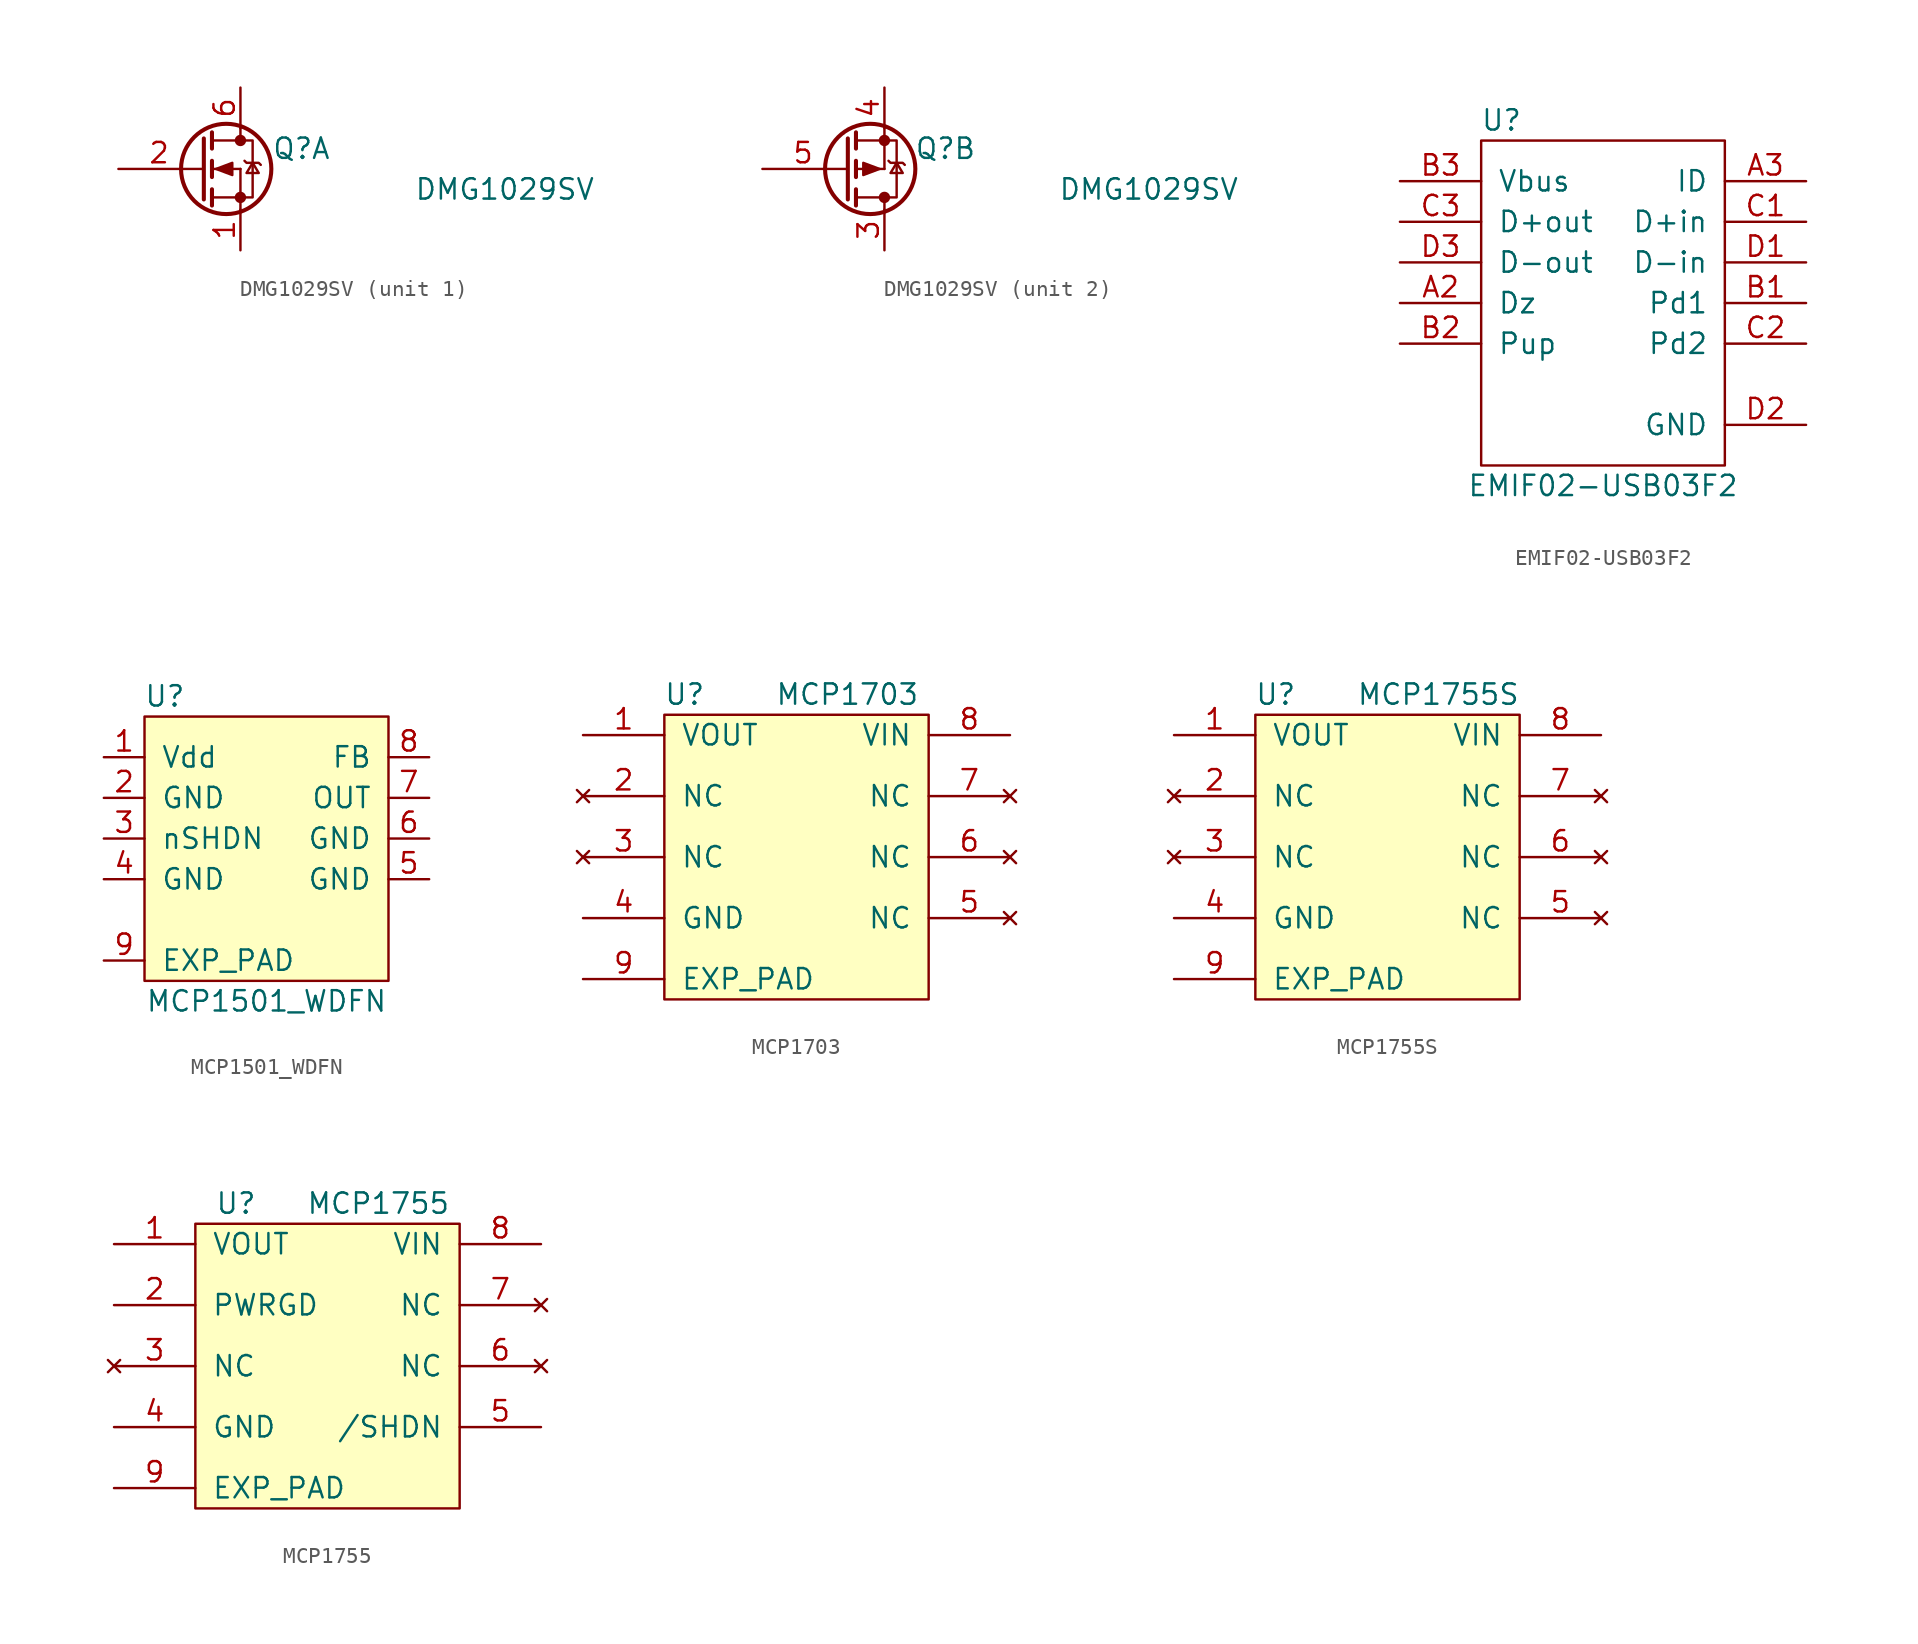
<source format=kicad_sym>
(kicad_symbol_lib
  (version 20211014)
  (generator kicad_symbol_editor)
  (symbol "DMG1029SV"
    (pin_names
      (offset 0) hide)
    (property "Reference" "Q"
      (at 6.35 1.27 0)
      (effects (font (size 1.27 1.27))))
    (property "Value" "DMG1029SV"
      (at 19.05 -1.27 0)
      (effects (font (size 1.27 1.27))))
    (symbol "DMG1029SV_1_1"
      (polyline (pts (xy 0.051 0) (xy 0.254 0)) (stroke (width 0) (type default) (color 0 0 0 0)) (fill (type none)))
      (polyline (pts (xy 0.762 -1.778) (xy 2.54 -1.778)) (stroke (width 0) (type default) (color 0 0 0 0)) (fill (type none)))
      (polyline (pts (xy 0.762 -1.27) (xy 0.762 -2.286)) (stroke (width 0.254) (type default) (color 0 0 0 0)) (fill (type none)))
      (polyline (pts (xy 0.762 0) (xy 2.54 0)) (stroke (width 0) (type default) (color 0 0 0 0)) (fill (type none)))
      (polyline (pts (xy 0.762 0.508) (xy 0.762 -0.508)) (stroke (width 0.254) (type default) (color 0 0 0 0)) (fill (type none)))
      (polyline (pts (xy 0.762 1.778) (xy 2.54 1.778)) (stroke (width 0) (type default) (color 0 0 0 0)) (fill (type none)))
      (polyline (pts (xy 0.762 2.286) (xy 0.762 1.27)) (stroke (width 0.254) (type default) (color 0 0 0 0)) (fill (type none)))
      (polyline (pts (xy 2.54 -1.778) (xy 2.54 -2.54)) (stroke (width 0) (type default) (color 0 0 0 0)) (fill (type none)))
      (polyline (pts (xy 2.54 -1.778) (xy 2.54 0)) (stroke (width 0) (type default) (color 0 0 0 0)) (fill (type none)))
      (polyline (pts (xy 2.54 2.54) (xy 2.54 1.778)) (stroke (width 0) (type default) (color 0 0 0 0)) (fill (type none)))
      (polyline (pts (xy 0.254 1.905) (xy 0.254 -1.905) (xy 0.254 -1.905)) (stroke (width 0.254) (type default) (color 0 0 0 0)) (fill (type none)))
      (polyline (pts (xy 1.016 0) (xy 2.032 0.381) (xy 2.032 -0.381) (xy 1.016 0)) (stroke (width 0) (type default) (color 0 0 0 0)) (fill (type outline)))
      (polyline (pts (xy 2.54 -1.778) (xy 3.302 -1.778) (xy 3.302 1.778) (xy 2.54 1.778)) (stroke (width 0) (type default) (color 0 0 0 0)) (fill (type none)))
      (polyline (pts (xy 2.794 0.508) (xy 2.921 0.381) (xy 3.683 0.381) (xy 3.81 0.254)) (stroke (width 0) (type default) (color 0 0 0 0)) (fill (type none)))
      (polyline (pts (xy 3.302 0.381) (xy 2.921 -0.254) (xy 3.683 -0.254) (xy 3.302 0.381)) (stroke (width 0) (type default) (color 0 0 0 0)) (fill (type none)))
      (circle (center 1.651 0) (radius 2.819) (stroke (width 0.254) (type default) (color 0 0 0 0)) (fill (type none)))
      (circle (center 2.54 -1.778) (radius 0.279) (stroke (width 0) (type default) (color 0 0 0 0)) (fill (type outline)))
      (circle (center 2.54 1.778) (radius 0.279) (stroke (width 0) (type default) (color 0 0 0 0)) (fill (type outline)))
      (pin passive line (at 2.54 -5.08 90) (length 2.54) (name "S" (effects (font (size 1.27 1.27)))) (number "1" (effects (font (size 1.27 1.27)))))
      (pin input line (at -5.08 0 0) (length 5.08) (name "G" (effects (font (size 1.27 1.27)))) (number "2" (effects (font (size 1.27 1.27)))))
      (pin passive line (at 2.54 5.08 270) (length 2.54) (name "D" (effects (font (size 1.27 1.27)))) (number "6" (effects (font (size 1.27 1.27))))))
    (symbol "DMG1029SV_2_1"
      (polyline (pts (xy 0.051 0) (xy 0.254 0)) (stroke (width 0) (type default) (color 0 0 0 0)) (fill (type none)))
      (polyline (pts (xy 0.762 -1.778) (xy 2.54 -1.778)) (stroke (width 0) (type default) (color 0 0 0 0)) (fill (type none)))
      (polyline (pts (xy 0.762 -1.27) (xy 0.762 -2.286)) (stroke (width 0.254) (type default) (color 0 0 0 0)) (fill (type none)))
      (polyline (pts (xy 0.762 0) (xy 2.54 0)) (stroke (width 0) (type default) (color 0 0 0 0)) (fill (type none)))
      (polyline (pts (xy 0.762 0.508) (xy 0.762 -0.508)) (stroke (width 0.254) (type default) (color 0 0 0 0)) (fill (type none)))
      (polyline (pts (xy 0.762 1.778) (xy 2.54 1.778)) (stroke (width 0) (type default) (color 0 0 0 0)) (fill (type none)))
      (polyline (pts (xy 0.762 2.286) (xy 0.762 1.27)) (stroke (width 0.254) (type default) (color 0 0 0 0)) (fill (type none)))
      (polyline (pts (xy 2.54 -1.778) (xy 2.54 -2.54)) (stroke (width 0) (type default) (color 0 0 0 0)) (fill (type none)))
      (polyline (pts (xy 2.54 0) (xy 2.54 1.778)) (stroke (width 0) (type default) (color 0 0 0 0)) (fill (type none)))
      (polyline (pts (xy 2.54 2.54) (xy 2.54 1.778)) (stroke (width 0) (type default) (color 0 0 0 0)) (fill (type none)))
      (polyline (pts (xy 0.254 1.905) (xy 0.254 -1.905) (xy 0.254 -1.905)) (stroke (width 0.254) (type default) (color 0 0 0 0)) (fill (type none)))
      (polyline (pts (xy 2.235 0) (xy 1.219 -0.381) (xy 1.219 0.381) (xy 2.235 0)) (stroke (width 0) (type default) (color 0 0 0 0)) (fill (type outline)))
      (polyline (pts (xy 2.54 -1.778) (xy 3.302 -1.778) (xy 3.302 1.778) (xy 2.54 1.778)) (stroke (width 0) (type default) (color 0 0 0 0)) (fill (type none)))
      (polyline (pts (xy 2.794 0.508) (xy 2.921 0.381) (xy 3.683 0.381) (xy 3.81 0.254)) (stroke (width 0) (type default) (color 0 0 0 0)) (fill (type none)))
      (polyline (pts (xy 3.302 0.381) (xy 2.921 -0.254) (xy 3.683 -0.254) (xy 3.302 0.381)) (stroke (width 0) (type default) (color 0 0 0 0)) (fill (type none)))
      (circle (center 1.651 0) (radius 2.819) (stroke (width 0.254) (type default) (color 0 0 0 0)) (fill (type none)))
      (circle (center 2.54 -1.778) (radius 0.279) (stroke (width 0) (type default) (color 0 0 0 0)) (fill (type outline)))
      (circle (center 2.54 1.778) (radius 0.279) (stroke (width 0) (type default) (color 0 0 0 0)) (fill (type outline)))
      (pin passive line (at 2.54 -5.08 90) (length 2.54) (name "S" (effects (font (size 1.27 1.27)))) (number "3" (effects (font (size 1.27 1.27)))))
      (pin passive line (at 2.54 5.08 270) (length 2.54) (name "D" (effects (font (size 1.27 1.27)))) (number "4" (effects (font (size 1.27 1.27)))))
      (pin input line (at -5.08 0 0) (length 5.08) (name "G" (effects (font (size 1.27 1.27)))) (number "5" (effects (font (size 1.27 1.27)))))))
  (symbol "EMIF02-USB03F2"
    (pin_names
      (offset 1.016))
    (property "Reference" "U"
      (at -6.35 10.16 0)
      (effects (font (size 1.27 1.27))))
    (property "Value" "EMIF02-USB03F2"
      (at 0 -12.7 0)
      (effects (font (size 1.27 1.27))))
    (symbol "EMIF02-USB03F2_0_1"
      (rectangle (start -7.62 8.89) (end 7.62 -11.43) (stroke (width 0) (type default) (color 0 0 0 0)) (fill (type none))))
    (symbol "EMIF02-USB03F2_1_1"
      (pin bidirectional line (at -12.7 -1.27 0) (length 5.08) (name "Dz" (effects (font (size 1.27 1.27)))) (number "A2" (effects (font (size 1.27 1.27)))))
      (pin bidirectional line (at 12.7 6.35 180) (length 5.08) (name "ID" (effects (font (size 1.27 1.27)))) (number "A3" (effects (font (size 1.27 1.27)))))
      (pin bidirectional line (at 12.7 -1.27 180) (length 5.08) (name "Pd1" (effects (font (size 1.27 1.27)))) (number "B1" (effects (font (size 1.27 1.27)))))
      (pin bidirectional line (at -12.7 -3.81 0) (length 5.08) (name "Pup" (effects (font (size 1.27 1.27)))) (number "B2" (effects (font (size 1.27 1.27)))))
      (pin bidirectional line (at -12.7 6.35 0) (length 5.08) (name "Vbus" (effects (font (size 1.27 1.27)))) (number "B3" (effects (font (size 1.27 1.27)))))
      (pin input line (at 12.7 3.81 180) (length 5.08) (name "D+in" (effects (font (size 1.27 1.27)))) (number "C1" (effects (font (size 1.27 1.27)))))
      (pin bidirectional line (at 12.7 -3.81 180) (length 5.08) (name "Pd2" (effects (font (size 1.27 1.27)))) (number "C2" (effects (font (size 1.27 1.27)))))
      (pin output line (at -12.7 3.81 0) (length 5.08) (name "D+out" (effects (font (size 1.27 1.27)))) (number "C3" (effects (font (size 1.27 1.27)))))
      (pin input line (at 12.7 1.27 180) (length 5.08) (name "D-in" (effects (font (size 1.27 1.27)))) (number "D1" (effects (font (size 1.27 1.27)))))
      (pin bidirectional line (at 12.7 -8.89 180) (length 5.08) (name "GND" (effects (font (size 1.27 1.27)))) (number "D2" (effects (font (size 1.27 1.27)))))
      (pin output line (at -12.7 1.27 0) (length 5.08) (name "D-out" (effects (font (size 1.27 1.27)))) (number "D3" (effects (font (size 1.27 1.27)))))))
  (symbol "MCP1501_WDFN"
    (pin_names
      (offset 1.016))
    (property "Reference" "U"
      (at -6.35 6.35 0)
      (effects (font (size 1.27 1.27))))
    (property "Value" "MCP1501_WDFN"
      (at 0 -12.7 0)
      (effects (font (size 1.27 1.27))))
    (symbol "MCP1501_WDFN_0_1"
      (rectangle (start -7.62 5.08) (end 7.62 -11.43) (stroke (width 0) (type default) (color 0 0 0 0)) (fill (type background))))
    (symbol "MCP1501_WDFN_1_1"
      (pin power_in line (at -10.16 2.54 0) (length 2.54) (name "Vdd" (effects (font (size 1.27 1.27)))) (number "1" (effects (font (size 1.27 1.27)))))
      (pin power_in line (at -10.16 0 0) (length 2.54) (name "GND" (effects (font (size 1.27 1.27)))) (number "2" (effects (font (size 1.27 1.27)))))
      (pin input line (at -10.16 -2.54 0) (length 2.54) (name "nSHDN" (effects (font (size 1.27 1.27)))) (number "3" (effects (font (size 1.27 1.27)))))
      (pin power_in line (at -10.16 -5.08 0) (length 2.54) (name "GND" (effects (font (size 1.27 1.27)))) (number "4" (effects (font (size 1.27 1.27)))))
      (pin power_in line (at 10.16 -5.08 180) (length 2.54) (name "GND" (effects (font (size 1.27 1.27)))) (number "5" (effects (font (size 1.27 1.27)))))
      (pin power_in line (at 10.16 -2.54 180) (length 2.54) (name "GND" (effects (font (size 1.27 1.27)))) (number "6" (effects (font (size 1.27 1.27)))))
      (pin power_out line (at 10.16 0 180) (length 2.54) (name "OUT" (effects (font (size 1.27 1.27)))) (number "7" (effects (font (size 1.27 1.27)))))
      (pin input line (at 10.16 2.54 180) (length 2.54) (name "FB" (effects (font (size 1.27 1.27)))) (number "8" (effects (font (size 1.27 1.27)))))
      (pin passive line (at -10.16 -10.16 0) (length 2.54) (name "EXP_PAD" (effects (font (size 1.27 1.27)))) (number "9" (effects (font (size 1.27 1.27)))))))
  (symbol "MCP1703"
    (pin_names
      (offset 1.016))
    (property "Reference" "U"
      (at -7.62 7.62 0)
      (effects (font (size 1.27 1.27))))
    (property "Value" "MCP1703"
      (at 2.54 7.62 0)
      (effects (font (size 1.27 1.27))))
    (symbol "MCP1703_0_1"
      (rectangle (start -8.89 6.35) (end 7.62 -11.43) (stroke (width 0) (type default) (color 0 0 0 0)) (fill (type background))))
    (symbol "MCP1703_1_1"
      (pin power_out line (at -13.97 5.08 0) (length 5.08) (name "VOUT" (effects (font (size 1.27 1.27)))) (number "1" (effects (font (size 1.27 1.27)))))
      (pin no_connect line (at -13.97 1.27 0) (length 5.08) (name "NC" (effects (font (size 1.27 1.27)))) (number "2" (effects (font (size 1.27 1.27)))))
      (pin no_connect line (at -13.97 -2.54 0) (length 5.08) (name "NC" (effects (font (size 1.27 1.27)))) (number "3" (effects (font (size 1.27 1.27)))))
      (pin power_in line (at -13.97 -6.35 0) (length 5.08) (name "GND" (effects (font (size 1.27 1.27)))) (number "4" (effects (font (size 1.27 1.27)))))
      (pin no_connect line (at 12.7 -6.35 180) (length 5.08) (name "NC" (effects (font (size 1.27 1.27)))) (number "5" (effects (font (size 1.27 1.27)))))
      (pin no_connect line (at 12.7 -2.54 180) (length 5.08) (name "NC" (effects (font (size 1.27 1.27)))) (number "6" (effects (font (size 1.27 1.27)))))
      (pin no_connect line (at 12.7 1.27 180) (length 5.08) (name "NC" (effects (font (size 1.27 1.27)))) (number "7" (effects (font (size 1.27 1.27)))))
      (pin power_in line (at 12.7 5.08 180) (length 5.08) (name "VIN" (effects (font (size 1.27 1.27)))) (number "8" (effects (font (size 1.27 1.27)))))
      (pin passive line (at -13.97 -10.16 0) (length 5.08) (name "EXP_PAD" (effects (font (size 1.27 1.27)))) (number "9" (effects (font (size 1.27 1.27)))))))
  (symbol "MCP1755S"
    (pin_names
      (offset 1.016))
    (property "Reference" "U"
      (at -7.62 7.62 0)
      (effects (font (size 1.27 1.27))))
    (property "Value" "MCP1755S"
      (at 2.54 7.62 0)
      (effects (font (size 1.27 1.27))))
    (symbol "MCP1755S_0_1"
      (rectangle (start -8.89 6.35) (end 7.62 -11.43) (stroke (width 0) (type default) (color 0 0 0 0)) (fill (type background))))
    (symbol "MCP1755S_1_1"
      (pin power_out line (at -13.97 5.08 0) (length 5.08) (name "VOUT" (effects (font (size 1.27 1.27)))) (number "1" (effects (font (size 1.27 1.27)))))
      (pin no_connect line (at -13.97 1.27 0) (length 5.08) (name "NC" (effects (font (size 1.27 1.27)))) (number "2" (effects (font (size 1.27 1.27)))))
      (pin no_connect line (at -13.97 -2.54 0) (length 5.08) (name "NC" (effects (font (size 1.27 1.27)))) (number "3" (effects (font (size 1.27 1.27)))))
      (pin power_in line (at -13.97 -6.35 0) (length 5.08) (name "GND" (effects (font (size 1.27 1.27)))) (number "4" (effects (font (size 1.27 1.27)))))
      (pin no_connect line (at 12.7 -6.35 180) (length 5.08) (name "NC" (effects (font (size 1.27 1.27)))) (number "5" (effects (font (size 1.27 1.27)))))
      (pin no_connect line (at 12.7 -2.54 180) (length 5.08) (name "NC" (effects (font (size 1.27 1.27)))) (number "6" (effects (font (size 1.27 1.27)))))
      (pin no_connect line (at 12.7 1.27 180) (length 5.08) (name "NC" (effects (font (size 1.27 1.27)))) (number "7" (effects (font (size 1.27 1.27)))))
      (pin power_in line (at 12.7 5.08 180) (length 5.08) (name "VIN" (effects (font (size 1.27 1.27)))) (number "8" (effects (font (size 1.27 1.27)))))
      (pin passive line (at -13.97 -10.16 0) (length 5.08) (name "EXP_PAD" (effects (font (size 1.27 1.27)))) (number "9" (effects (font (size 1.27 1.27)))))))
  (symbol "MCP1755"
    (pin_names
      (offset 1.016))
    (property "Reference" "U"
      (at -6.35 7.62 0)
      (effects (font (size 1.27 1.27))))
    (property "Value" "MCP1755"
      (at 2.54 7.62 0)
      (effects (font (size 1.27 1.27))))
    (symbol "MCP1755_0_1"
      (rectangle (start -8.89 6.35) (end 7.62 -11.43) (stroke (width 0) (type default) (color 0 0 0 0)) (fill (type background))))
    (symbol "MCP1755_1_1"
      (pin power_out line (at -13.97 5.08 0) (length 5.08) (name "VOUT" (effects (font (size 1.27 1.27)))) (number "1" (effects (font (size 1.27 1.27)))))
      (pin power_in line (at -13.97 1.27 0) (length 5.08) (name "PWRGD" (effects (font (size 1.27 1.27)))) (number "2" (effects (font (size 1.27 1.27)))))
      (pin no_connect line (at -13.97 -2.54 0) (length 5.08) (name "NC" (effects (font (size 1.27 1.27)))) (number "3" (effects (font (size 1.27 1.27)))))
      (pin power_in line (at -13.97 -6.35 0) (length 5.08) (name "GND" (effects (font (size 1.27 1.27)))) (number "4" (effects (font (size 1.27 1.27)))))
      (pin power_in line (at 12.7 -6.35 180) (length 5.08) (name "/SHDN" (effects (font (size 1.27 1.27)))) (number "5" (effects (font (size 1.27 1.27)))))
      (pin no_connect line (at 12.7 -2.54 180) (length 5.08) (name "NC" (effects (font (size 1.27 1.27)))) (number "6" (effects (font (size 1.27 1.27)))))
      (pin no_connect line (at 12.7 1.27 180) (length 5.08) (name "NC" (effects (font (size 1.27 1.27)))) (number "7" (effects (font (size 1.27 1.27)))))
      (pin power_in line (at 12.7 5.08 180) (length 5.08) (name "VIN" (effects (font (size 1.27 1.27)))) (number "8" (effects (font (size 1.27 1.27)))))
      (pin passive line (at -13.97 -10.16 0) (length 5.08) (name "EXP_PAD" (effects (font (size 1.27 1.27)))) (number "9" (effects (font (size 1.27 1.27))))))))
</source>
